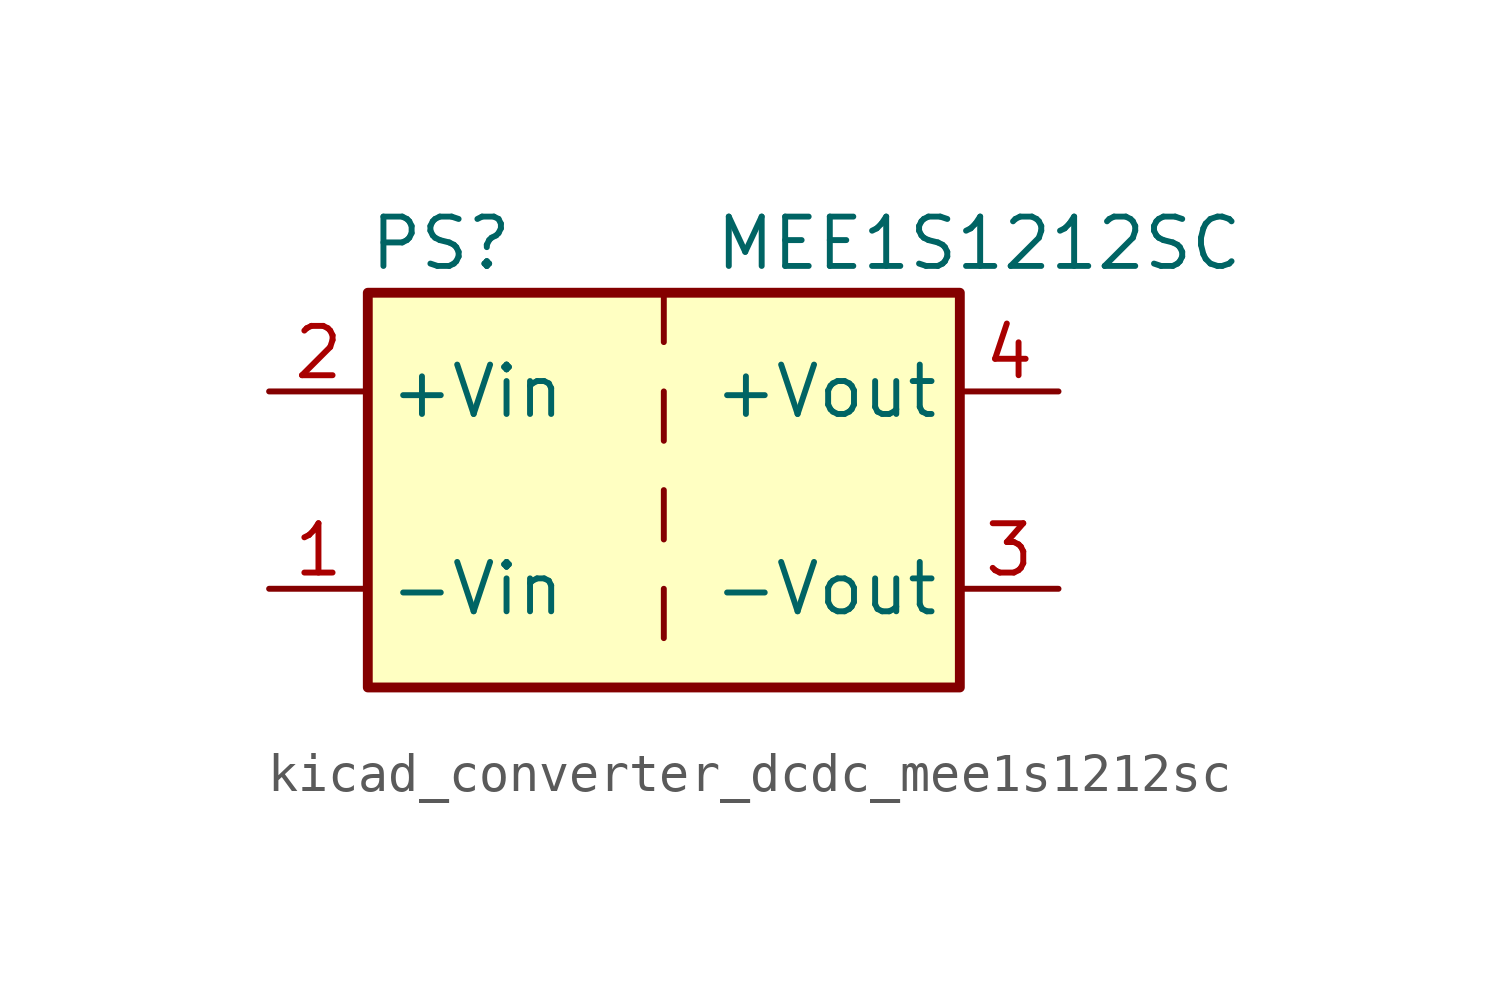
<source format=kicad_sym>
(kicad_symbol_lib
  (version 20220914)
  (generator kicad_symbol_editor)
  (symbol "kicad_converter_dcdc_mee1s1212sc"
    (property "Reference" "PS"
      (at -7.62 6.35 0)
      (effects (font (size 1.27 1.27)) (justify left)))
    (property "Value" "MEE1S1212SC"
      (at 1.27 6.35 0)
      (effects (font (size 1.27 1.27)) (justify left)))
    (symbol "kicad_converter_dcdc_mee1s1212sc_0_0"
      (pin power_in line (at -10.16 -2.54 0) (length 2.54) (name "-Vin" (effects (font (size 1.27 1.27)))) (number "1" (effects (font (size 1.27 1.27)))))
      (pin power_in line (at -10.16 2.54 0) (length 2.54) (name "+Vin" (effects (font (size 1.27 1.27)))) (number "2" (effects (font (size 1.27 1.27)))))
      (pin power_out line (at 10.16 -2.54 180) (length 2.54) (name "-Vout" (effects (font (size 1.27 1.27)))) (number "3" (effects (font (size 1.27 1.27)))))
      (pin power_out line (at 10.16 2.54 180) (length 2.54) (name "+Vout" (effects (font (size 1.27 1.27)))) (number "4" (effects (font (size 1.27 1.27))))))
    (symbol "kicad_converter_dcdc_mee1s1212sc_0_1"
      (rectangle (start -7.62 5.08) (end 7.62 -5.08) (stroke (width 0.254) (type default)) (fill (type background)))
      (polyline (pts (xy 0 -2.54) (xy 0 -3.81)) (stroke (width 0) (type default)) (fill (type none)))
      (polyline (pts (xy 0 0) (xy 0 -1.27)) (stroke (width 0) (type default)) (fill (type none)))
      (polyline (pts (xy 0 2.54) (xy 0 1.27)) (stroke (width 0) (type default)) (fill (type none)))
      (polyline (pts (xy 0 5.08) (xy 0 3.81)) (stroke (width 0) (type default)) (fill (type none))))))
</source>
